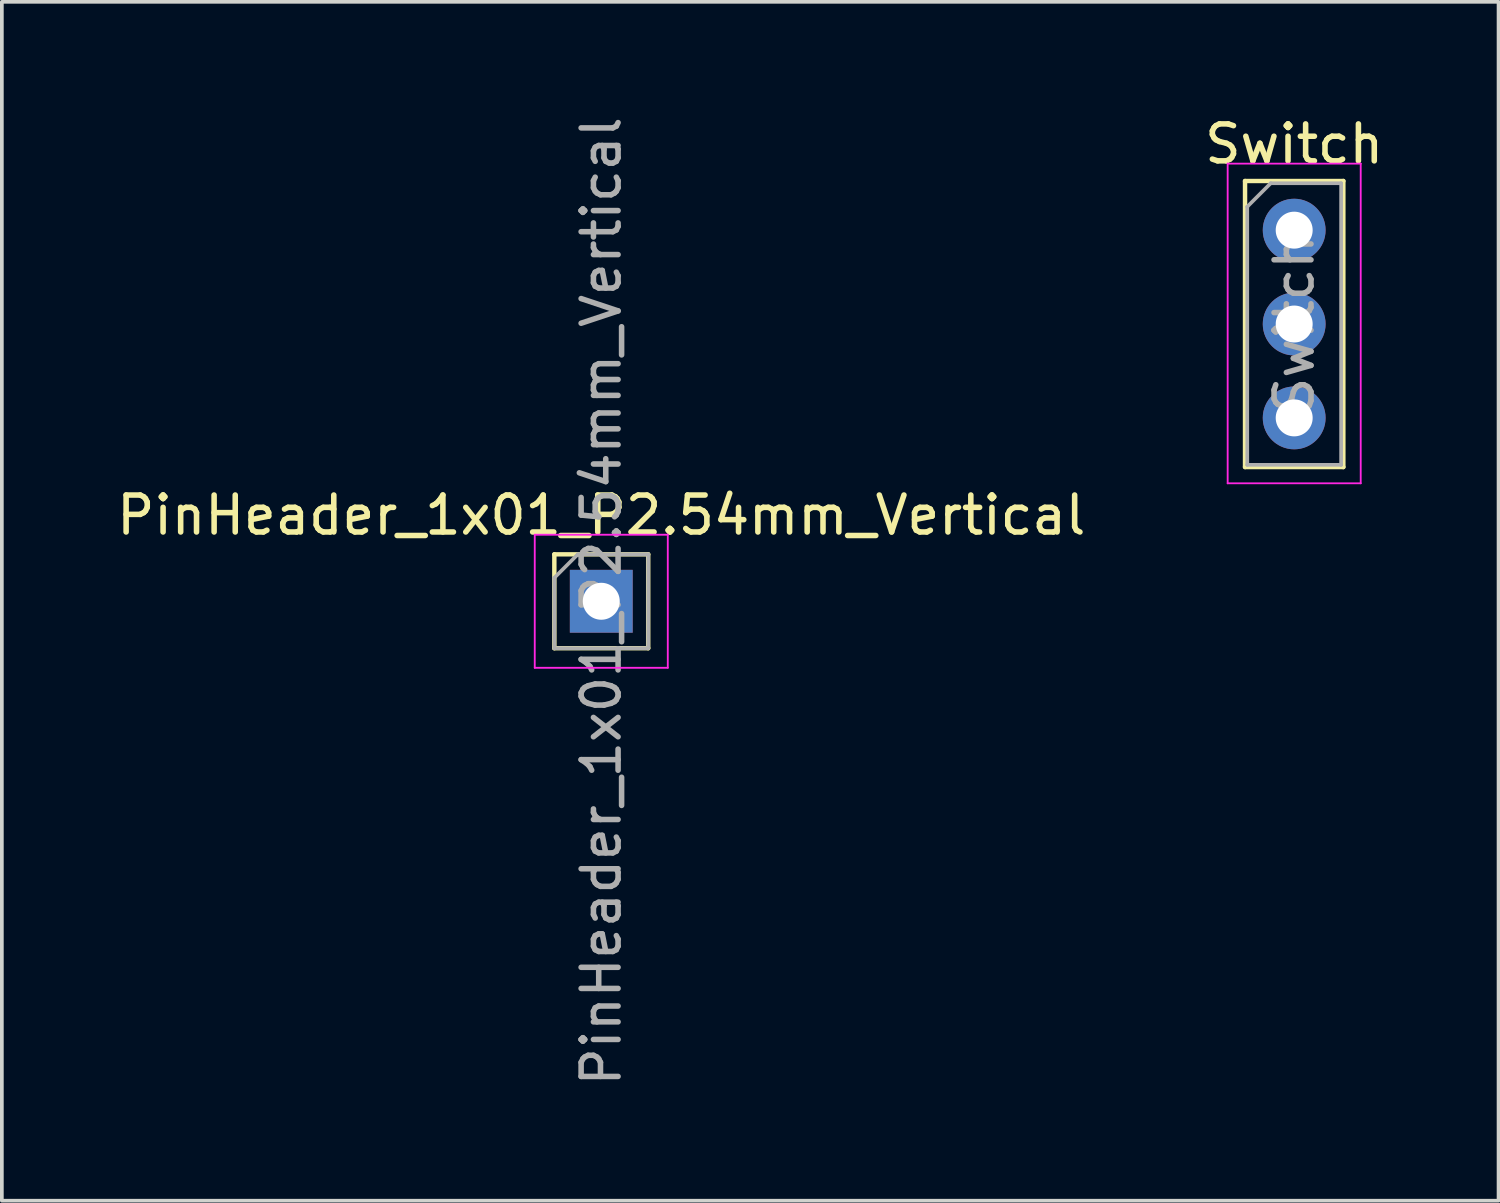
<source format=kicad_pcb>
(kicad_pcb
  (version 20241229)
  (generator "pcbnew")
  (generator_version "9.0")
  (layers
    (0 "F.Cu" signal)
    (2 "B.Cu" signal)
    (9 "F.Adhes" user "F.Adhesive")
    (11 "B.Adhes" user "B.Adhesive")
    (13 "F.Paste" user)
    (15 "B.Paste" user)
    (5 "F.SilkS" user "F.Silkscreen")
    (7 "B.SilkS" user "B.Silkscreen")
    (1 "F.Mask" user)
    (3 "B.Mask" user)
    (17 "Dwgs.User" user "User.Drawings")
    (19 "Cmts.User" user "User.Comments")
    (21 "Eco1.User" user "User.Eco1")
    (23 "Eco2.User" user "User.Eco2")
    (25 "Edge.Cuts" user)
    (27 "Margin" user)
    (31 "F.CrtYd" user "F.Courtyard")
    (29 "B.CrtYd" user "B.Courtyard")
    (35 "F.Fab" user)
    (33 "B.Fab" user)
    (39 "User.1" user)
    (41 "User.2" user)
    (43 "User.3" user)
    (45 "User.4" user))
  (footprint "Switch"
    (layer "F.Cu")
    (at 31.97 3.178)
    (property "Reference" "Switch" (at 0 -2.33 0) (layer "F.SilkS") (effects (font (size 1 1) (thickness 0.15))))
    (attr through_hole)
    (fp_line (start -1.33 -1.33) (end -1.33 6.41) (stroke (width 0.12) (type solid)) (layer "F.SilkS"))
    (fp_line (start -1.33 -1.33) (end 1.33 -1.33) (stroke (width 0.12) (type solid)) (layer "F.SilkS"))
    (fp_line (start -1.33 6.41) (end 1.33 6.41) (stroke (width 0.12) (type solid)) (layer "F.SilkS"))
    (fp_line (start 1.33 -1.33) (end 1.33 6.41) (stroke (width 0.12) (type solid)) (layer "F.SilkS"))
    (fp_line (start -1.8 -1.8) (end -1.8 6.85) (stroke (width 0.05) (type solid)) (layer "F.CrtYd"))
    (fp_line (start -1.8 6.85) (end 1.8 6.85) (stroke (width 0.05) (type solid)) (layer "F.CrtYd"))
    (fp_line (start 1.8 -1.8) (end -1.8 -1.8) (stroke (width 0.05) (type solid)) (layer "F.CrtYd"))
    (fp_line (start 1.8 6.85) (end 1.8 -1.8) (stroke (width 0.05) (type solid)) (layer "F.CrtYd"))
    (fp_line (start -1.27 -0.635) (end -0.635 -1.27) (stroke (width 0.1) (type solid)) (layer "F.Fab"))
    (fp_line (start -1.27 6.35) (end -1.27 -0.635) (stroke (width 0.1) (type solid)) (layer "F.Fab"))
    (fp_line (start -0.635 -1.27) (end 1.27 -1.27) (stroke (width 0.1) (type solid)) (layer "F.Fab"))
    (fp_line (start 1.27 -1.27) (end 1.27 6.35) (stroke (width 0.1) (type solid)) (layer "F.Fab"))
    (fp_line (start 1.27 6.35) (end -1.27 6.35) (stroke (width 0.1) (type solid)) (layer "F.Fab"))
    (fp_text user "${REFERENCE}" (at 0 2.54 90) (layer "F.Fab") (effects (font (size 1 1) (thickness 0.15))))
    (pad "1" thru_hole oval (at 0 2.54) (size 1.7 1.7) (drill 1) (layers "*.Cu" "*.Mask"))
    (pad "2" thru_hole circle (at 0 0) (size 1.7 1.7) (drill 1) (layers "*.Cu" "*.Mask"))
    (pad "3" thru_hole oval (at 0 5.08) (size 1.7 1.7) (drill 1) (layers "*.Cu" "*.Mask")))
  (footprint "PinHeader_1x01_P2.54mm_Vertical"
    (layer "F.Cu")
    (at 13.22 13.22)
    (property "Reference" "PinHeader_1x01_P2.54mm_Vertical" (at 0 -2.33 0) (layer "F.SilkS") (effects (font (size 1 1) (thickness 0.15))))
    (attr through_hole)
    (fp_line (start -1.27 -1.27) (end 1.27 -1.27) (stroke (width 0.12) (type solid)) (layer "F.SilkS"))
    (fp_line (start -1.27 1.27) (end -1.27 -1.27) (stroke (width 0.12) (type solid)) (layer "F.SilkS"))
    (fp_line (start -1.27 1.27) (end 1.27 1.27) (stroke (width 0.12) (type solid)) (layer "F.SilkS"))
    (fp_line (start 1.27 -1.27) (end 1.27 1.27) (stroke (width 0.12) (type solid)) (layer "F.SilkS"))
    (fp_line (start -1.8 -1.8) (end -1.8 1.8) (stroke (width 0.05) (type solid)) (layer "F.CrtYd"))
    (fp_line (start -1.8 1.8) (end 1.8 1.8) (stroke (width 0.05) (type solid)) (layer "F.CrtYd"))
    (fp_line (start 1.8 -1.8) (end -1.8 -1.8) (stroke (width 0.05) (type solid)) (layer "F.CrtYd"))
    (fp_line (start 1.8 1.8) (end 1.8 -1.8) (stroke (width 0.05) (type solid)) (layer "F.CrtYd"))
    (fp_line (start -1.27 -0.635) (end -0.635 -1.27) (stroke (width 0.1) (type solid)) (layer "F.Fab"))
    (fp_line (start -1.27 1.27) (end -1.27 -0.635) (stroke (width 0.1) (type solid)) (layer "F.Fab"))
    (fp_line (start -0.635 -1.27) (end 1.27 -1.27) (stroke (width 0.1) (type solid)) (layer "F.Fab"))
    (fp_line (start 1.27 -1.27) (end 1.27 1.27) (stroke (width 0.1) (type solid)) (layer "F.Fab"))
    (fp_line (start 1.27 1.27) (end -1.27 1.27) (stroke (width 0.1) (type solid)) (layer "F.Fab"))
    (fp_text user "${REFERENCE}" (at 0 0 90) (layer "F.Fab") (effects (font (size 1 1) (thickness 0.15))))
    (pad "1" thru_hole rect (at 0 0) (size 1.7 1.7) (drill 1) (layers "*.Cu" "*.Mask")))
  (gr_rect
    (start -3 -3)
    (end 37.5 29.44)
    (stroke (width 0.1) (type default))
    (fill no)
    (layer "Edge.Cuts")))
</source>
